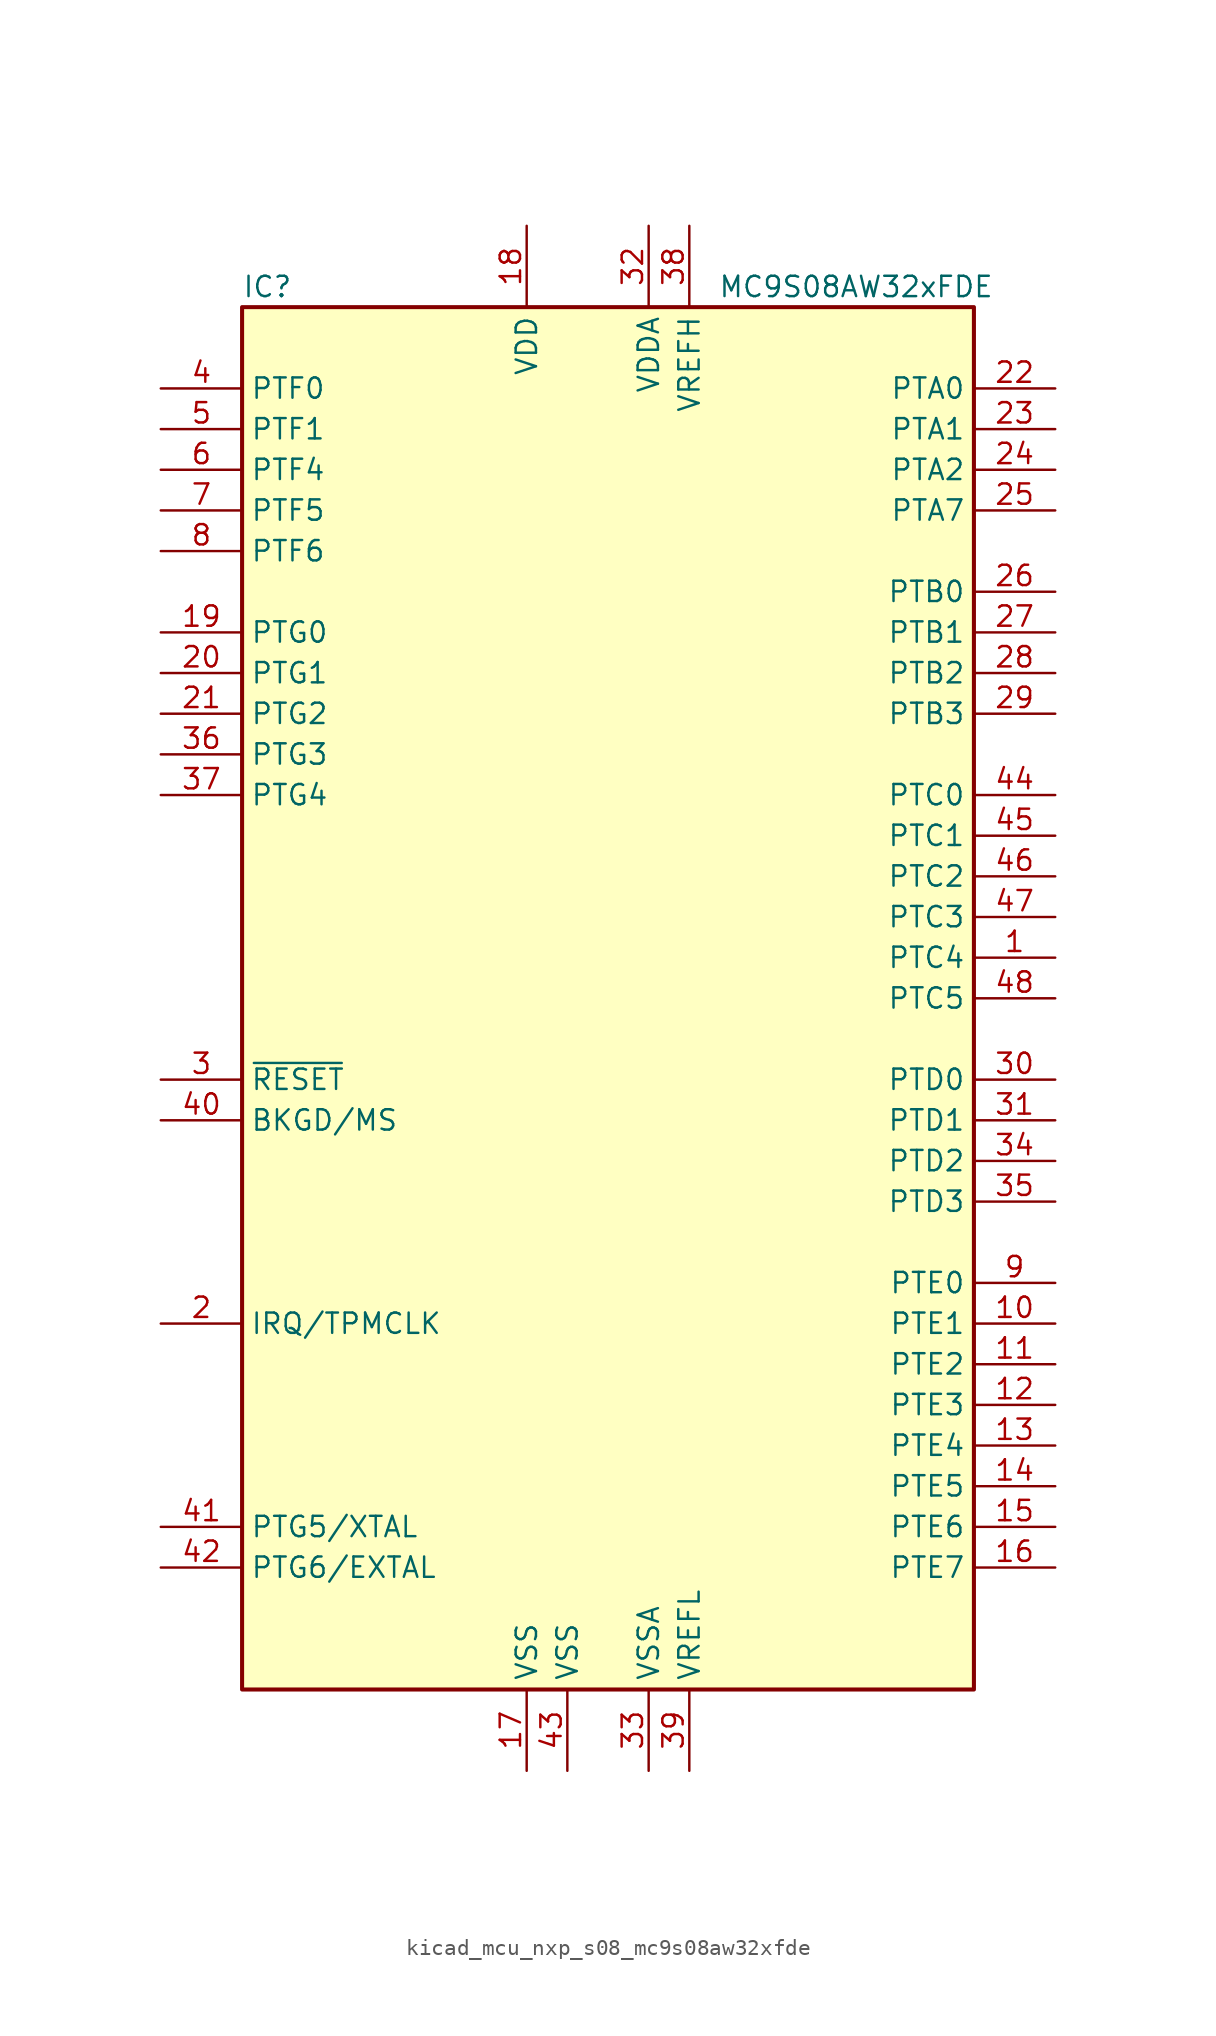
<source format=kicad_sym>
(kicad_symbol_lib
  (version 20220914)
  (generator kicad_symbol_editor)
  (symbol "kicad_mcu_nxp_s08_mc9s08aw32xfde"
    (property "Reference" "IC"
      (at -22.86 44.45 0)
      (effects (font (size 1.27 1.27)) (justify left)))
    (property "Value" "MC9S08AW32xFDE"
      (at 24.13 44.45 0)
      (effects (font (size 1.27 1.27)) (justify right)))
    (symbol "kicad_mcu_nxp_s08_mc9s08aw32xfde_0_1"
      (rectangle (start -22.86 43.18) (end 22.86 -43.18) (stroke (width 0.254) (type default)) (fill (type background))))
    (symbol "kicad_mcu_nxp_s08_mc9s08aw32xfde_1_1"
      (pin bidirectional line (at 27.94 2.54 180) (length 5.08) (name "PTC4" (effects (font (size 1.27 1.27)))) (number "1" (effects (font (size 1.27 1.27)))))
      (pin bidirectional line (at 27.94 -20.32 180) (length 5.08) (name "PTE1" (effects (font (size 1.27 1.27)))) (number "10" (effects (font (size 1.27 1.27)))))
      (pin bidirectional line (at 27.94 -22.86 180) (length 5.08) (name "PTE2" (effects (font (size 1.27 1.27)))) (number "11" (effects (font (size 1.27 1.27)))))
      (pin bidirectional line (at 27.94 -25.4 180) (length 5.08) (name "PTE3" (effects (font (size 1.27 1.27)))) (number "12" (effects (font (size 1.27 1.27)))))
      (pin bidirectional line (at 27.94 -27.94 180) (length 5.08) (name "PTE4" (effects (font (size 1.27 1.27)))) (number "13" (effects (font (size 1.27 1.27)))))
      (pin bidirectional line (at 27.94 -30.48 180) (length 5.08) (name "PTE5" (effects (font (size 1.27 1.27)))) (number "14" (effects (font (size 1.27 1.27)))))
      (pin bidirectional line (at 27.94 -33.02 180) (length 5.08) (name "PTE6" (effects (font (size 1.27 1.27)))) (number "15" (effects (font (size 1.27 1.27)))))
      (pin bidirectional line (at 27.94 -35.56 180) (length 5.08) (name "PTE7" (effects (font (size 1.27 1.27)))) (number "16" (effects (font (size 1.27 1.27)))))
      (pin power_in line (at -5.08 -48.26 90) (length 5.08) (name "VSS" (effects (font (size 1.27 1.27)))) (number "17" (effects (font (size 1.27 1.27)))))
      (pin power_in line (at -5.08 48.26 270) (length 5.08) (name "VDD" (effects (font (size 1.27 1.27)))) (number "18" (effects (font (size 1.27 1.27)))))
      (pin bidirectional line (at -27.94 22.86 0) (length 5.08) (name "PTG0" (effects (font (size 1.27 1.27)))) (number "19" (effects (font (size 1.27 1.27)))))
      (pin input line (at -27.94 -20.32 0) (length 5.08) (name "IRQ/TPMCLK" (effects (font (size 1.27 1.27)))) (number "2" (effects (font (size 1.27 1.27)))))
      (pin bidirectional line (at -27.94 20.32 0) (length 5.08) (name "PTG1" (effects (font (size 1.27 1.27)))) (number "20" (effects (font (size 1.27 1.27)))))
      (pin bidirectional line (at -27.94 17.78 0) (length 5.08) (name "PTG2" (effects (font (size 1.27 1.27)))) (number "21" (effects (font (size 1.27 1.27)))))
      (pin bidirectional line (at 27.94 38.1 180) (length 5.08) (name "PTA0" (effects (font (size 1.27 1.27)))) (number "22" (effects (font (size 1.27 1.27)))))
      (pin bidirectional line (at 27.94 35.56 180) (length 5.08) (name "PTA1" (effects (font (size 1.27 1.27)))) (number "23" (effects (font (size 1.27 1.27)))))
      (pin bidirectional line (at 27.94 33.02 180) (length 5.08) (name "PTA2" (effects (font (size 1.27 1.27)))) (number "24" (effects (font (size 1.27 1.27)))))
      (pin bidirectional line (at 27.94 30.48 180) (length 5.08) (name "PTA7" (effects (font (size 1.27 1.27)))) (number "25" (effects (font (size 1.27 1.27)))))
      (pin bidirectional line (at 27.94 25.4 180) (length 5.08) (name "PTB0" (effects (font (size 1.27 1.27)))) (number "26" (effects (font (size 1.27 1.27)))))
      (pin bidirectional line (at 27.94 22.86 180) (length 5.08) (name "PTB1" (effects (font (size 1.27 1.27)))) (number "27" (effects (font (size 1.27 1.27)))))
      (pin bidirectional line (at 27.94 20.32 180) (length 5.08) (name "PTB2" (effects (font (size 1.27 1.27)))) (number "28" (effects (font (size 1.27 1.27)))))
      (pin bidirectional line (at 27.94 17.78 180) (length 5.08) (name "PTB3" (effects (font (size 1.27 1.27)))) (number "29" (effects (font (size 1.27 1.27)))))
      (pin input line (at -27.94 -5.08 0) (length 5.08) (name "~{RESET}" (effects (font (size 1.27 1.27)))) (number "3" (effects (font (size 1.27 1.27)))))
      (pin bidirectional line (at 27.94 -5.08 180) (length 5.08) (name "PTD0" (effects (font (size 1.27 1.27)))) (number "30" (effects (font (size 1.27 1.27)))))
      (pin bidirectional line (at 27.94 -7.62 180) (length 5.08) (name "PTD1" (effects (font (size 1.27 1.27)))) (number "31" (effects (font (size 1.27 1.27)))))
      (pin power_in line (at 2.54 48.26 270) (length 5.08) (name "VDDA" (effects (font (size 1.27 1.27)))) (number "32" (effects (font (size 1.27 1.27)))))
      (pin power_in line (at 2.54 -48.26 90) (length 5.08) (name "VSSA" (effects (font (size 1.27 1.27)))) (number "33" (effects (font (size 1.27 1.27)))))
      (pin bidirectional line (at 27.94 -10.16 180) (length 5.08) (name "PTD2" (effects (font (size 1.27 1.27)))) (number "34" (effects (font (size 1.27 1.27)))))
      (pin bidirectional line (at 27.94 -12.7 180) (length 5.08) (name "PTD3" (effects (font (size 1.27 1.27)))) (number "35" (effects (font (size 1.27 1.27)))))
      (pin bidirectional line (at -27.94 15.24 0) (length 5.08) (name "PTG3" (effects (font (size 1.27 1.27)))) (number "36" (effects (font (size 1.27 1.27)))))
      (pin bidirectional line (at -27.94 12.7 0) (length 5.08) (name "PTG4" (effects (font (size 1.27 1.27)))) (number "37" (effects (font (size 1.27 1.27)))))
      (pin power_in line (at 5.08 48.26 270) (length 5.08) (name "VREFH" (effects (font (size 1.27 1.27)))) (number "38" (effects (font (size 1.27 1.27)))))
      (pin power_in line (at 5.08 -48.26 90) (length 5.08) (name "VREFL" (effects (font (size 1.27 1.27)))) (number "39" (effects (font (size 1.27 1.27)))))
      (pin bidirectional line (at -27.94 38.1 0) (length 5.08) (name "PTF0" (effects (font (size 1.27 1.27)))) (number "4" (effects (font (size 1.27 1.27)))))
      (pin bidirectional line (at -27.94 -7.62 0) (length 5.08) (name "BKGD/MS" (effects (font (size 1.27 1.27)))) (number "40" (effects (font (size 1.27 1.27)))))
      (pin bidirectional line (at -27.94 -33.02 0) (length 5.08) (name "PTG5/XTAL" (effects (font (size 1.27 1.27)))) (number "41" (effects (font (size 1.27 1.27)))))
      (pin bidirectional line (at -27.94 -35.56 0) (length 5.08) (name "PTG6/EXTAL" (effects (font (size 1.27 1.27)))) (number "42" (effects (font (size 1.27 1.27)))))
      (pin power_in line (at -2.54 -48.26 90) (length 5.08) (name "VSS" (effects (font (size 1.27 1.27)))) (number "43" (effects (font (size 1.27 1.27)))))
      (pin bidirectional line (at 27.94 12.7 180) (length 5.08) (name "PTC0" (effects (font (size 1.27 1.27)))) (number "44" (effects (font (size 1.27 1.27)))))
      (pin bidirectional line (at 27.94 10.16 180) (length 5.08) (name "PTC1" (effects (font (size 1.27 1.27)))) (number "45" (effects (font (size 1.27 1.27)))))
      (pin bidirectional line (at 27.94 7.62 180) (length 5.08) (name "PTC2" (effects (font (size 1.27 1.27)))) (number "46" (effects (font (size 1.27 1.27)))))
      (pin bidirectional line (at 27.94 5.08 180) (length 5.08) (name "PTC3" (effects (font (size 1.27 1.27)))) (number "47" (effects (font (size 1.27 1.27)))))
      (pin bidirectional line (at 27.94 0 180) (length 5.08) (name "PTC5" (effects (font (size 1.27 1.27)))) (number "48" (effects (font (size 1.27 1.27)))))
      (pin bidirectional line (at -27.94 35.56 0) (length 5.08) (name "PTF1" (effects (font (size 1.27 1.27)))) (number "5" (effects (font (size 1.27 1.27)))))
      (pin bidirectional line (at -27.94 33.02 0) (length 5.08) (name "PTF4" (effects (font (size 1.27 1.27)))) (number "6" (effects (font (size 1.27 1.27)))))
      (pin bidirectional line (at -27.94 30.48 0) (length 5.08) (name "PTF5" (effects (font (size 1.27 1.27)))) (number "7" (effects (font (size 1.27 1.27)))))
      (pin bidirectional line (at -27.94 27.94 0) (length 5.08) (name "PTF6" (effects (font (size 1.27 1.27)))) (number "8" (effects (font (size 1.27 1.27)))))
      (pin bidirectional line (at 27.94 -17.78 180) (length 5.08) (name "PTE0" (effects (font (size 1.27 1.27)))) (number "9" (effects (font (size 1.27 1.27))))))))
</source>
